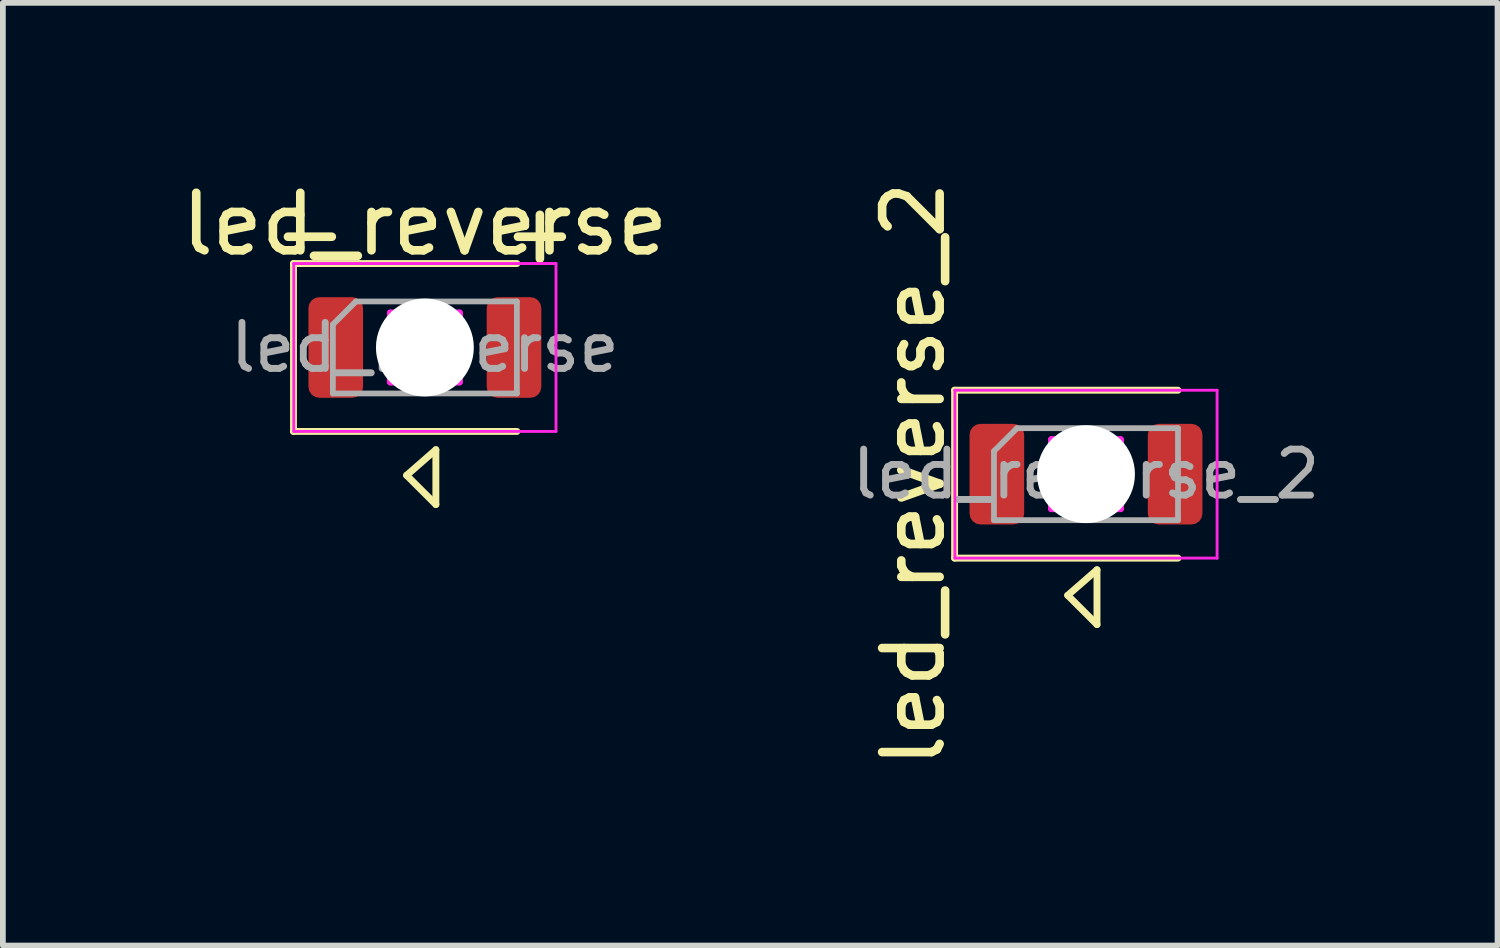
<source format=kicad_pcb>
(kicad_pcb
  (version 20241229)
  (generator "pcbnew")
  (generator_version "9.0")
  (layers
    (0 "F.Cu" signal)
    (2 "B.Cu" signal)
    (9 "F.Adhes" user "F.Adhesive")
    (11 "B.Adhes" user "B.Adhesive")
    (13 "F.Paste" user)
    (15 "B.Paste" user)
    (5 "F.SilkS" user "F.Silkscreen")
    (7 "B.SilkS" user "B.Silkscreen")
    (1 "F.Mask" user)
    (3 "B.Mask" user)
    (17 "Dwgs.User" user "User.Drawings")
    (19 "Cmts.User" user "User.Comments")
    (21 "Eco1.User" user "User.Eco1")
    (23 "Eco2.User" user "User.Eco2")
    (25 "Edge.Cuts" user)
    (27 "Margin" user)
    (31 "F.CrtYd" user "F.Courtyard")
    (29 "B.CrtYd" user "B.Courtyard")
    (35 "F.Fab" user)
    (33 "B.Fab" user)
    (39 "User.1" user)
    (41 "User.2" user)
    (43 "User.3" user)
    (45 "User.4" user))
  (footprint "led_reverse"
    (layer "F.Cu")
    (at 4.339 2.993)
    (property "Reference" "led_reverse" (at 0 -2.145 0) (layer "F.SilkS") (effects (font (size 1 1) (thickness 0.15))))
    (attr smd)
    (fp_line (start -2.285 -1.46) (end -2.285 1.46) (stroke (width 0.12) (type solid)) (layer "F.SilkS"))
    (fp_line (start -2.285 1.46) (end 1.6 1.46) (stroke (width 0.12) (type solid)) (layer "F.SilkS"))
    (fp_line (start -0.318 2.223) (end 0.191 1.778) (stroke (width 0.12) (type solid)) (layer "F.SilkS"))
    (fp_line (start 0.191 1.778) (end 0.191 2.731) (stroke (width 0.12) (type solid)) (layer "F.SilkS"))
    (fp_line (start 0.191 2.731) (end -0.318 2.223) (stroke (width 0.12) (type solid)) (layer "F.SilkS"))
    (fp_line (start 1.6 -1.46) (end -2.285 -1.46) (stroke (width 0.12) (type solid)) (layer "F.SilkS"))
    (fp_line (start -2.28 -1.46) (end 2.28 -1.46) (stroke (width 0.05) (type solid)) (layer "F.CrtYd"))
    (fp_line (start -2.28 1.46) (end -2.28 -1.46) (stroke (width 0.05) (type solid)) (layer "F.CrtYd"))
    (fp_line (start -0.6 -0.6) (end 0.6 -0.6) (stroke (width 0.12) (type solid)) (layer "F.CrtYd"))
    (fp_line (start -0.6 0.6) (end -0.6 -0.6) (stroke (width 0.12) (type solid)) (layer "F.CrtYd"))
    (fp_line (start 0.6 -0.6) (end 0.6 0.6) (stroke (width 0.12) (type solid)) (layer "F.CrtYd"))
    (fp_line (start 0.6 0.6) (end -0.6 0.6) (stroke (width 0.12) (type solid)) (layer "F.CrtYd"))
    (fp_line (start 2.28 -1.46) (end 2.28 1.46) (stroke (width 0.05) (type solid)) (layer "F.CrtYd"))
    (fp_line (start 2.28 1.46) (end -2.28 1.46) (stroke (width 0.05) (type solid)) (layer "F.CrtYd"))
    (fp_line (start -1.6 -0.4) (end -1.6 0.8) (stroke (width 0.1) (type solid)) (layer "F.Fab"))
    (fp_line (start -1.6 0.8) (end 1.6 0.8) (stroke (width 0.1) (type solid)) (layer "F.Fab"))
    (fp_line (start -1.2 -0.8) (end -1.6 -0.4) (stroke (width 0.1) (type solid)) (layer "F.Fab"))
    (fp_line (start 1.6 -0.8) (end -1.2 -0.8) (stroke (width 0.1) (type solid)) (layer "F.Fab"))
    (fp_line (start 1.6 0.8) (end 1.6 -0.8) (stroke (width 0.1) (type solid)) (layer "F.Fab"))
    (fp_text user "-" (at -2 -2 0) (layer "F.SilkS") (effects (font (size 1 1) (thickness 0.15))))
    (fp_text user "+" (at 2 -2 0) (layer "F.SilkS") (effects (font (size 1 1) (thickness 0.15))))
    (fp_text user "${REFERENCE}" (at 0 0 0) (layer "F.Fab") (effects (font (size 0.8 0.8) (thickness 0.12))))
    (pad "" np_thru_hole oval (at 0 0) (size 1.702 1.702) (drill oval 1.702) (layers "*.Cu" "*.Mask"))
    (pad "1" smd roundrect (at -1.55 0) (size 0.95 1.75) (layers "F.Cu" "F.Mask" "F.Paste") (roundrect_rratio 0.2))
    (pad "2" smd roundrect (at 1.55 0) (size 0.95 1.75) (layers "F.Cu" "F.Mask" "F.Paste") (roundrect_rratio 0.2)))
  (footprint "led_reverse_2"
    (layer "F.Cu")
    (at 15.836 5.196)
    (property "Reference" "led_reverse_2" (at -3 0 90) (layer "F.SilkS") (effects (font (size 1 1) (thickness 0.15))))
    (attr smd)
    (fp_line (start -2.285 -1.46) (end -2.285 1.46) (stroke (width 0.12) (type solid)) (layer "F.SilkS"))
    (fp_line (start -2.285 1.46) (end 1.6 1.46) (stroke (width 0.12) (type solid)) (layer "F.SilkS"))
    (fp_line (start -0.318 2.107) (end 0.191 1.663) (stroke (width 0.12) (type solid)) (layer "F.SilkS"))
    (fp_line (start 0.191 1.663) (end 0.191 2.615) (stroke (width 0.12) (type solid)) (layer "F.SilkS"))
    (fp_line (start 0.191 2.615) (end -0.318 2.107) (stroke (width 0.12) (type solid)) (layer "F.SilkS"))
    (fp_line (start 1.6 -1.46) (end -2.285 -1.46) (stroke (width 0.12) (type solid)) (layer "F.SilkS"))
    (fp_line (start -2.28 -1.46) (end 2.28 -1.46) (stroke (width 0.05) (type solid)) (layer "F.CrtYd"))
    (fp_line (start -2.28 1.46) (end -2.28 -1.46) (stroke (width 0.05) (type solid)) (layer "F.CrtYd"))
    (fp_line (start -0.6 -0.6) (end 0.6 -0.6) (stroke (width 0.12) (type solid)) (layer "F.CrtYd"))
    (fp_line (start -0.6 0.6) (end -0.6 -0.6) (stroke (width 0.12) (type solid)) (layer "F.CrtYd"))
    (fp_line (start 0.6 -0.6) (end 0.6 0.6) (stroke (width 0.12) (type solid)) (layer "F.CrtYd"))
    (fp_line (start 0.6 0.6) (end -0.6 0.6) (stroke (width 0.12) (type solid)) (layer "F.CrtYd"))
    (fp_line (start 2.28 -1.46) (end 2.28 1.46) (stroke (width 0.05) (type solid)) (layer "F.CrtYd"))
    (fp_line (start 2.28 1.46) (end -2.28 1.46) (stroke (width 0.05) (type solid)) (layer "F.CrtYd"))
    (fp_line (start -1.6 -0.4) (end -1.6 0.8) (stroke (width 0.1) (type solid)) (layer "F.Fab"))
    (fp_line (start -1.6 0.8) (end 1.6 0.8) (stroke (width 0.1) (type solid)) (layer "F.Fab"))
    (fp_line (start -1.2 -0.8) (end -1.6 -0.4) (stroke (width 0.1) (type solid)) (layer "F.Fab"))
    (fp_line (start 1.6 -0.8) (end -1.2 -0.8) (stroke (width 0.1) (type solid)) (layer "F.Fab"))
    (fp_line (start 1.6 0.8) (end 1.6 -0.8) (stroke (width 0.1) (type solid)) (layer "F.Fab"))
    (fp_text user "${REFERENCE}" (at 0 0 0) (layer "F.Fab") (effects (font (size 0.8 0.8) (thickness 0.12))))
    (pad "" np_thru_hole oval (at 0 0) (size 1.702 1.702) (drill oval 1.702) (layers "*.Cu" "*.Mask"))
    (pad "1" smd roundrect (at -1.55 0) (size 0.95 1.75) (layers "F.Cu" "F.Mask" "F.Paste") (roundrect_rratio 0.2))
    (pad "2" smd roundrect (at 1.55 0) (size 0.95 1.75) (layers "F.Cu" "F.Mask" "F.Paste") (roundrect_rratio 0.2)))
  (gr_rect
    (start -3 -3)
    (end 22.993 13.393)
    (stroke (width 0.1) (type default))
    (fill no)
    (layer "Edge.Cuts")))
</source>
